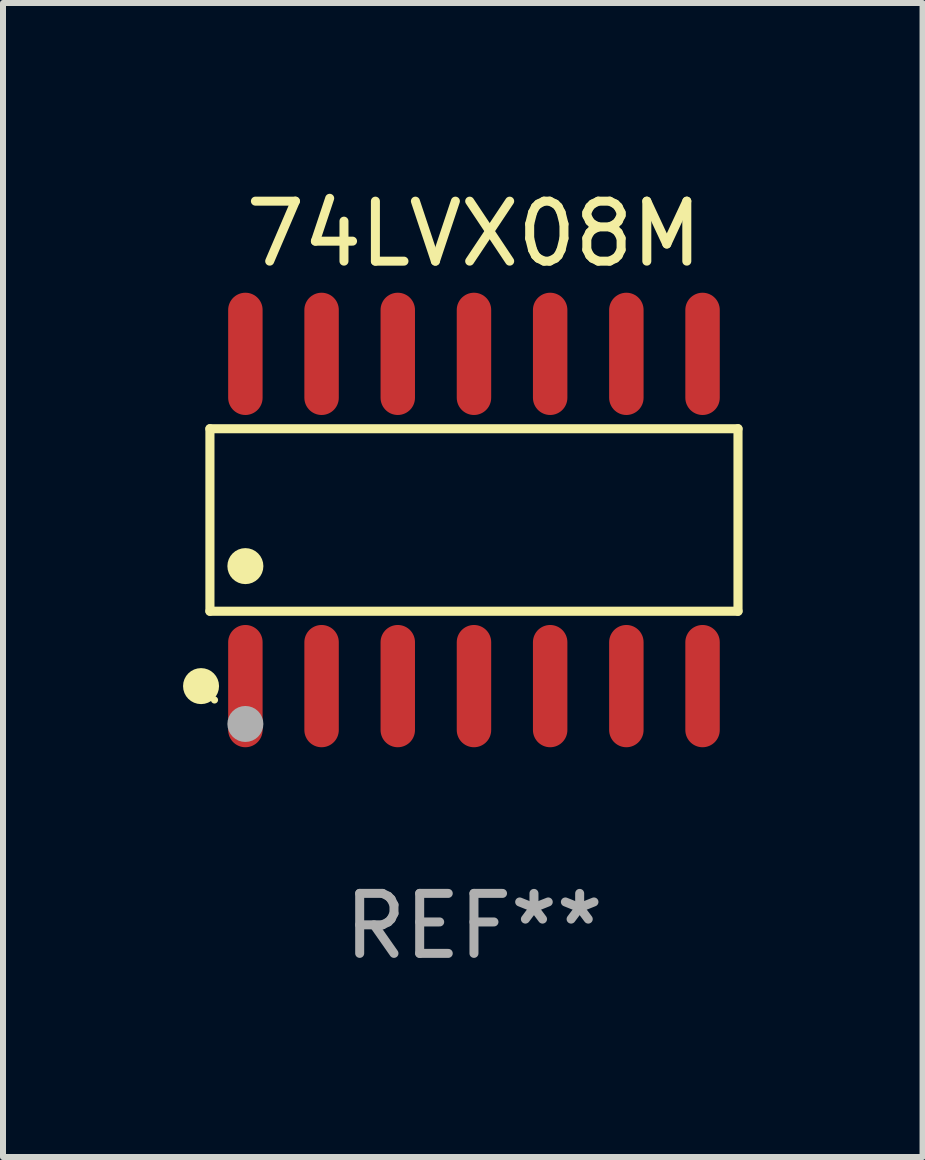
<source format=kicad_pcb>
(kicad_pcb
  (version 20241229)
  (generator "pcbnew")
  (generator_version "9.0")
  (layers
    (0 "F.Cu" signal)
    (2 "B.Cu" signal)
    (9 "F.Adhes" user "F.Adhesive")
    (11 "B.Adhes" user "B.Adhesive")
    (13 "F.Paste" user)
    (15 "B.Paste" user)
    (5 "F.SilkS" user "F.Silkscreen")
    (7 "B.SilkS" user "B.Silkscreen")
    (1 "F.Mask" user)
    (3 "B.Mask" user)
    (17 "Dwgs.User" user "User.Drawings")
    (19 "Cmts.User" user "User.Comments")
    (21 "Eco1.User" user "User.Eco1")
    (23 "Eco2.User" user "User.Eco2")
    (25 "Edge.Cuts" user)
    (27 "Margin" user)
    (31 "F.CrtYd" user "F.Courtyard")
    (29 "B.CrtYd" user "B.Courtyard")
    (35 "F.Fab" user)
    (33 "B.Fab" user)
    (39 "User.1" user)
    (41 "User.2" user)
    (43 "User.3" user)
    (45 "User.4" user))
  (footprint "74LVX08M"
    (layer "F.Cu")
    (at 4.85 5.617)
    (property "Reference" "74LVX08M" (at 0 -4.769 0) (layer "F.SilkS") (effects (font (size 1 1) (thickness 0.15))))
    (attr through_hole)
    (fp_line (start -4.401 -1.521) (end 4.401 -1.521) (stroke (width 0.152) (type solid)) (layer "F.SilkS"))
    (fp_line (start -4.401 1.521) (end -4.401 -1.521) (stroke (width 0.152) (type solid)) (layer "F.SilkS"))
    (fp_line (start 4.401 -1.521) (end 4.401 1.521) (stroke (width 0.152) (type solid)) (layer "F.SilkS"))
    (fp_line (start 4.401 1.521) (end -4.401 1.521) (stroke (width 0.152) (type solid)) (layer "F.SilkS"))
    (fp_circle (center -4.549 2.769) (end -4.399 2.769) (stroke (width 0.3) (type solid)) (fill no) (layer "F.SilkS"))
    (fp_circle (center -4.325 3) (end -4.295 3) (stroke (width 0.06) (type solid)) (fill no) (layer "F.SilkS"))
    (fp_circle (center -3.81 0.769) (end -3.66 0.769) (stroke (width 0.3) (type solid)) (fill no) (layer "F.SilkS"))
    (fp_circle (center -3.81 3.4) (end -3.66 3.4) (stroke (width 0.3) (type solid)) (fill no) (layer "F.Fab"))
    (fp_text user "REF**" (at 0 6.769 0) (layer "F.Fab") (effects (font (size 1 1) (thickness 0.15))))
    (pad "1" smd oval (at -3.81 2.769) (size 0.574 2.038) (layers "F.Cu" "F.Mask" "F.Paste"))
    (pad "2" smd oval (at -2.54 2.769) (size 0.574 2.038) (layers "F.Cu" "F.Mask" "F.Paste"))
    (pad "3" smd oval (at -1.27 2.769) (size 0.574 2.038) (layers "F.Cu" "F.Mask" "F.Paste"))
    (pad "4" smd oval (at 0 2.769) (size 0.574 2.038) (layers "F.Cu" "F.Mask" "F.Paste"))
    (pad "5" smd oval (at 1.27 2.769) (size 0.574 2.038) (layers "F.Cu" "F.Mask" "F.Paste"))
    (pad "6" smd oval (at 2.54 2.769) (size 0.574 2.038) (layers "F.Cu" "F.Mask" "F.Paste"))
    (pad "7" smd oval (at 3.81 2.769) (size 0.574 2.038) (layers "F.Cu" "F.Mask" "F.Paste"))
    (pad "8" smd oval (at 3.81 -2.769) (size 0.574 2.038) (layers "F.Cu" "F.Mask" "F.Paste"))
    (pad "9" smd oval (at 2.54 -2.769) (size 0.574 2.038) (layers "F.Cu" "F.Mask" "F.Paste"))
    (pad "10" smd oval (at 1.27 -2.769) (size 0.574 2.038) (layers "F.Cu" "F.Mask" "F.Paste"))
    (pad "11" smd oval (at 0 -2.769) (size 0.574 2.038) (layers "F.Cu" "F.Mask" "F.Paste"))
    (pad "12" smd oval (at -1.27 -2.769) (size 0.574 2.038) (layers "F.Cu" "F.Mask" "F.Paste"))
    (pad "13" smd oval (at -2.54 -2.769) (size 0.574 2.038) (layers "F.Cu" "F.Mask" "F.Paste"))
    (pad "14" smd oval (at -3.81 -2.769) (size 0.574 2.038) (layers "F.Cu" "F.Mask" "F.Paste")))
  (gr_rect
    (start -3 -3)
    (end 12.327 16.235)
    (stroke (width 0.1) (type default))
    (fill no)
    (layer "Edge.Cuts")))
</source>
